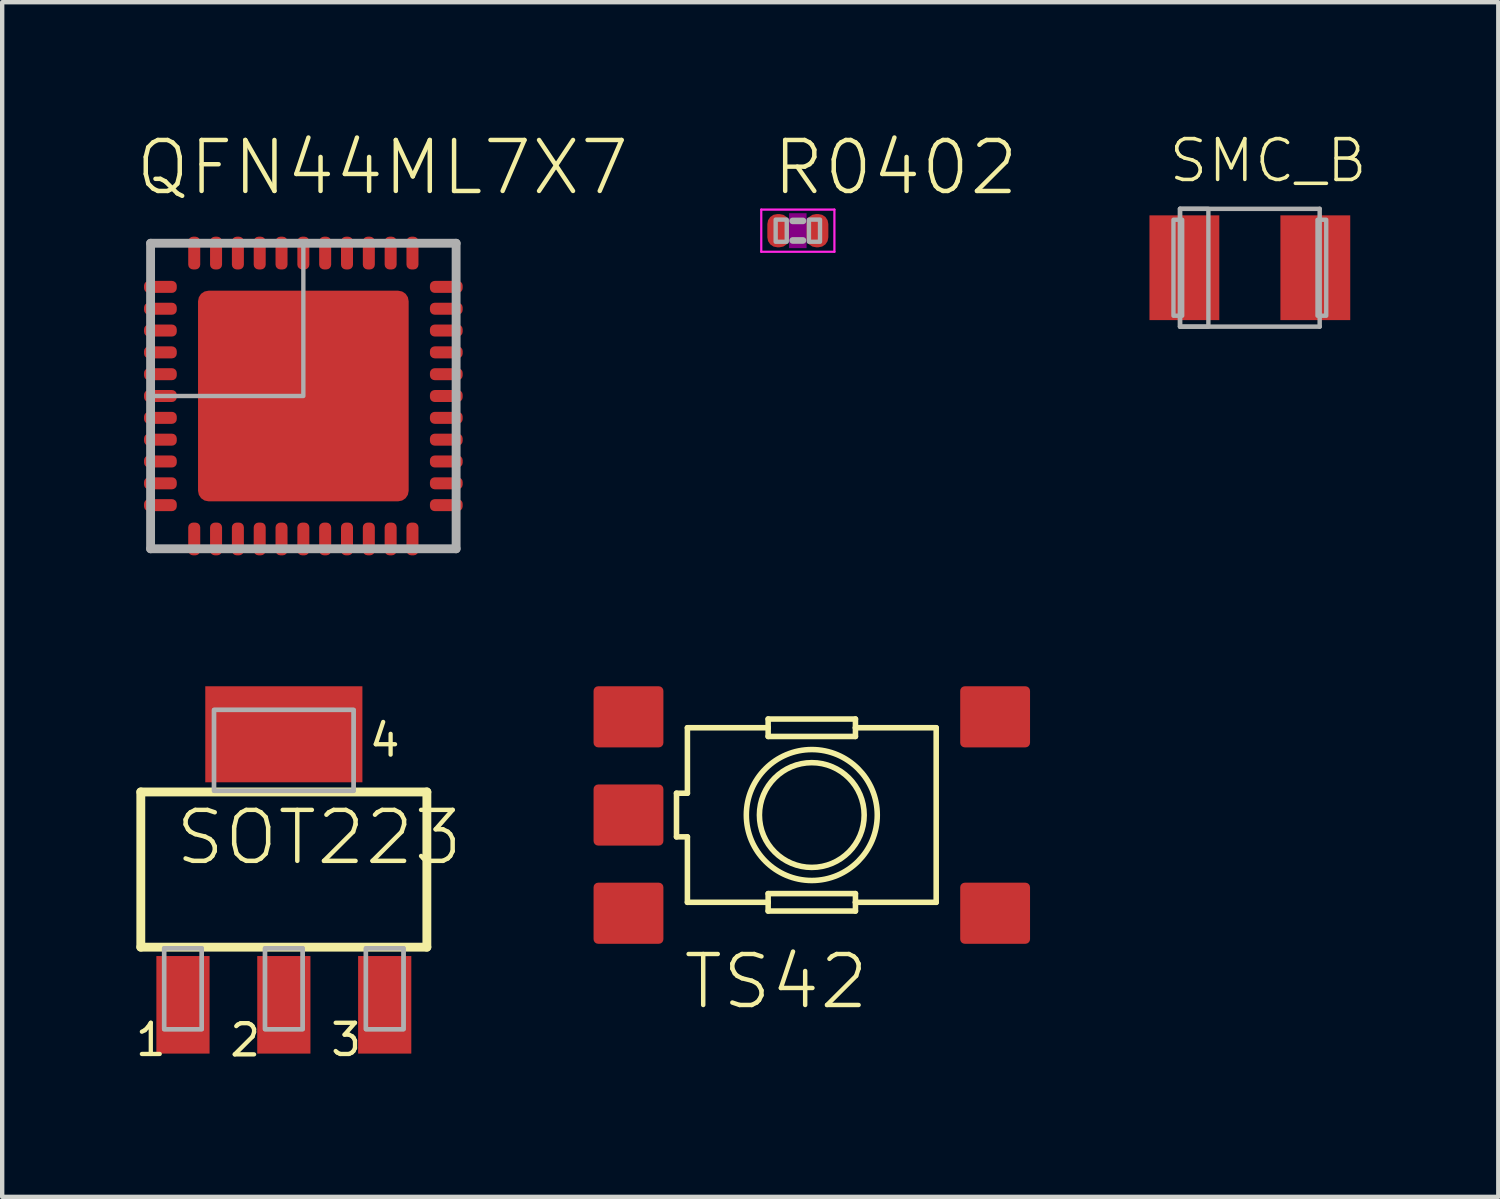
<source format=kicad_pcb>
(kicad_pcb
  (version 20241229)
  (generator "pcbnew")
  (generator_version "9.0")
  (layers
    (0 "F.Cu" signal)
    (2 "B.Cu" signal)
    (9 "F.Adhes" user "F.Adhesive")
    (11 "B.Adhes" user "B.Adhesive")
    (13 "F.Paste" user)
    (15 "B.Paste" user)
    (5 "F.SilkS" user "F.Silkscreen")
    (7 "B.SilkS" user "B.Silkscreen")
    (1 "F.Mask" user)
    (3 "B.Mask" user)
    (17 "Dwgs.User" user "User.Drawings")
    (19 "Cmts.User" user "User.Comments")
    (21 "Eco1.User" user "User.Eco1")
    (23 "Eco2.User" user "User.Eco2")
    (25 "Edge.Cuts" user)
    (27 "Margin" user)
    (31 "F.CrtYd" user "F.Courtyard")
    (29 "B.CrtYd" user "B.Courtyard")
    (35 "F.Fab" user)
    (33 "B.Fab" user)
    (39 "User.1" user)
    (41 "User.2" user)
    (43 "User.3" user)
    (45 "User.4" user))
  (footprint "TS42"
    (layer "F.Cu")
    (at 15.549 15.623)
    (property "Reference" "TS42" (at -3 4.5 0) (layer "F.SilkS") (effects (font (size 1.168 1.168) (thickness 0.102)) (justify left bottom)))
    (fp_line (start -3.1 -0.5) (end -3.1 0.5) (stroke (width 0.127) (type solid)) (layer "F.SilkS"))
    (fp_line (start -3.1 0.5) (end -2.85 0.5) (stroke (width 0.127) (type solid)) (layer "F.SilkS"))
    (fp_line (start -2.85 -2) (end -2.85 -0.5) (stroke (width 0.127) (type solid)) (layer "F.SilkS"))
    (fp_line (start -2.85 -2) (end -1 -2) (stroke (width 0.127) (type solid)) (layer "F.SilkS"))
    (fp_line (start -2.85 -0.5) (end -3.1 -0.5) (stroke (width 0.127) (type solid)) (layer "F.SilkS"))
    (fp_line (start -2.85 0.5) (end -2.85 2) (stroke (width 0.127) (type solid)) (layer "F.SilkS"))
    (fp_line (start -1 -2.2) (end -1 -2) (stroke (width 0.127) (type solid)) (layer "F.SilkS"))
    (fp_line (start -1 -2) (end -1 -1.8) (stroke (width 0.127) (type solid)) (layer "F.SilkS"))
    (fp_line (start -1 -1.8) (end 1 -1.8) (stroke (width 0.127) (type solid)) (layer "F.SilkS"))
    (fp_line (start -1 1.8) (end -1 2) (stroke (width 0.127) (type solid)) (layer "F.SilkS"))
    (fp_line (start -1 2) (end -2.85 2) (stroke (width 0.127) (type solid)) (layer "F.SilkS"))
    (fp_line (start -1 2) (end -1 2.2) (stroke (width 0.127) (type solid)) (layer "F.SilkS"))
    (fp_line (start -1 2.2) (end 1 2.2) (stroke (width 0.127) (type solid)) (layer "F.SilkS"))
    (fp_line (start 1 -2.2) (end -1 -2.2) (stroke (width 0.127) (type solid)) (layer "F.SilkS"))
    (fp_line (start 1 -2) (end 1 -2.2) (stroke (width 0.127) (type solid)) (layer "F.SilkS"))
    (fp_line (start 1 -2) (end 2.85 -2) (stroke (width 0.127) (type solid)) (layer "F.SilkS"))
    (fp_line (start 1 -1.8) (end 1 -2) (stroke (width 0.127) (type solid)) (layer "F.SilkS"))
    (fp_line (start 1 1.8) (end -1 1.8) (stroke (width 0.127) (type solid)) (layer "F.SilkS"))
    (fp_line (start 1 2) (end 1 1.8) (stroke (width 0.127) (type solid)) (layer "F.SilkS"))
    (fp_line (start 1 2) (end 2.85 2) (stroke (width 0.127) (type solid)) (layer "F.SilkS"))
    (fp_line (start 1 2.2) (end 1 2) (stroke (width 0.127) (type solid)) (layer "F.SilkS"))
    (fp_line (start 2.85 2) (end 2.85 -2) (stroke (width 0.127) (type solid)) (layer "F.SilkS"))
    (fp_circle (center 0 0) (end 1.2 0) (stroke (width 0.127) (type solid)) (fill no) (layer "F.SilkS"))
    (fp_circle (center 0 0) (end 1.5 0) (stroke (width 0.127) (type solid)) (fill no) (layer "F.SilkS"))
    (pad "1" smd roundrect (at -4.2 -2.25) (size 1.6 1.4) (layers "F.Cu" "F.Mask" "F.Paste") (roundrect_rratio 0.075))
    (pad "2" smd roundrect (at 4.2 -2.25) (size 1.6 1.4) (layers "F.Cu" "F.Mask" "F.Paste") (roundrect_rratio 0.075))
    (pad "3" smd roundrect (at -4.2 2.25) (size 1.6 1.4) (layers "F.Cu" "F.Mask" "F.Paste") (roundrect_rratio 0.075))
    (pad "4" smd roundrect (at 4.2 2.25) (size 1.6 1.4) (layers "F.Cu" "F.Mask" "F.Paste") (roundrect_rratio 0.075))
    (pad "5" smd roundrect (at -4.2 0) (size 1.6 1.4) (layers "F.Cu" "F.Mask" "F.Paste") (roundrect_rratio 0.075)))
  (footprint "SMC_B"
    (layer "F.Cu")
    (at 25.585 3.084)
    (property "Reference" "SMC_B" (at -1.905 -1.905 0) (layer "F.SilkS") (effects (font (size 0.935 0.935) (thickness 0.081)) (justify left bottom)))
    (fp_line (start -1.6 -1.35) (end 1.6 -1.35) (stroke (width 0.102) (type solid)) (layer "F.Fab"))
    (fp_line (start -1.6 1.35) (end -1.6 -1.35) (stroke (width 0.102) (type solid)) (layer "F.Fab"))
    (fp_line (start 1.6 -1.35) (end 1.6 1.35) (stroke (width 0.102) (type solid)) (layer "F.Fab"))
    (fp_line (start 1.6 1.35) (end -1.6 1.35) (stroke (width 0.102) (type solid)) (layer "F.Fab"))
    (fp_poly (pts (xy -1.75 1.1) (xy -1.55 1.1) (xy -1.55 -1.1) (xy -1.75 -1.1)) (stroke (width 0.1) (type default)) (fill no) (layer "F.Fab"))
    (fp_poly (pts (xy -1.6 1.35) (xy -0.95 1.35) (xy -0.95 -1.35) (xy -1.6 -1.35)) (stroke (width 0.1) (type default)) (fill no) (layer "F.Fab"))
    (fp_poly (pts (xy 1.75 -1.1) (xy 1.55 -1.1) (xy 1.55 1.1) (xy 1.75 1.1)) (stroke (width 0.1) (type default)) (fill no) (layer "F.Fab"))
    (pad "+" smd rect (at -1.5 0) (size 1.6 2.4) (layers "F.Cu" "F.Mask" "F.Paste"))
    (pad "-" smd rect (at 1.5 0 180) (size 1.6 2.4) (layers "F.Cu" "F.Mask" "F.Paste")))
  (footprint "SOT223"
    (layer "F.Cu")
    (at 3.453 16.872)
    (property "Reference" "SOT223" (at -2.54 -0.051 0) (layer "F.SilkS") (effects (font (size 1.168 1.168) (thickness 0.102)) (justify left bottom)))
    (fp_line (start -3.277 -1.778) (end 3.277 -1.778) (stroke (width 0.203) (type solid)) (layer "F.SilkS"))
    (fp_line (start -3.277 1.778) (end -3.277 -1.778) (stroke (width 0.203) (type solid)) (layer "F.SilkS"))
    (fp_line (start 3.277 -1.778) (end 3.277 1.778) (stroke (width 0.203) (type solid)) (layer "F.SilkS"))
    (fp_line (start 3.277 1.778) (end -3.277 1.778) (stroke (width 0.203) (type solid)) (layer "F.SilkS"))
    (fp_poly (pts (xy -2.743 3.658) (xy -1.88 3.658) (xy -1.88 1.803) (xy -2.743 1.803)) (stroke (width 0.1) (type default)) (fill no) (layer "F.Fab"))
    (fp_poly (pts (xy -2.743 3.658) (xy -1.88 3.658) (xy -1.88 1.803) (xy -2.743 1.803)) (stroke (width 0.1) (type default)) (fill no) (layer "F.Fab"))
    (fp_poly (pts (xy -1.6 -1.803) (xy 1.6 -1.803) (xy 1.6 -3.658) (xy -1.6 -3.658)) (stroke (width 0.1) (type default)) (fill no) (layer "F.Fab"))
    (fp_poly (pts (xy -1.6 -1.803) (xy 1.6 -1.803) (xy 1.6 -3.658) (xy -1.6 -3.658)) (stroke (width 0.1) (type default)) (fill no) (layer "F.Fab"))
    (fp_poly (pts (xy -0.432 3.658) (xy 0.432 3.658) (xy 0.432 1.803) (xy -0.432 1.803)) (stroke (width 0.1) (type default)) (fill no) (layer "F.Fab"))
    (fp_poly (pts (xy -0.432 3.658) (xy 0.432 3.658) (xy 0.432 1.803) (xy -0.432 1.803)) (stroke (width 0.1) (type default)) (fill no) (layer "F.Fab"))
    (fp_poly (pts (xy 1.88 3.658) (xy 2.743 3.658) (xy 2.743 1.803) (xy 1.88 1.803)) (stroke (width 0.1) (type default)) (fill no) (layer "F.Fab"))
    (fp_poly (pts (xy 1.88 3.658) (xy 2.743 3.658) (xy 2.743 1.803) (xy 1.88 1.803)) (stroke (width 0.1) (type default)) (fill no) (layer "F.Fab"))
    (fp_text user "3" (at 1.021 4.318 0) (layer "F.SilkS") (effects (font (size 0.715 0.715) (thickness 0.098)) (justify left bottom)))
    (fp_text user "4" (at 1.905 -2.54 0) (layer "F.SilkS") (effects (font (size 0.715 0.715) (thickness 0.098)) (justify left bottom)))
    (fp_text user "1" (at -3.453 4.318 0) (layer "F.SilkS") (effects (font (size 0.715 0.715) (thickness 0.098)) (justify left bottom)))
    (fp_text user "2" (at -1.291 4.327 0) (layer "F.SilkS") (effects (font (size 0.715 0.715) (thickness 0.098)) (justify left bottom)))
    (pad "1" smd rect (at -2.311 3.099) (size 1.219 2.235) (layers "F.Cu" "F.Mask" "F.Paste"))
    (pad "2" smd rect (at 0 3.099) (size 1.219 2.235) (layers "F.Cu" "F.Mask" "F.Paste"))
    (pad "3" smd rect (at 2.311 3.099) (size 1.219 2.235) (layers "F.Cu" "F.Mask" "F.Paste"))
    (pad "4" smd rect (at 0 -3.099) (size 3.6 2.2) (layers "F.Cu" "F.Mask" "F.Paste")))
  (footprint "R0402"
    (layer "F.Cu")
    (at 15.229 2.235)
    (property "Reference" "R0402" (at -0.635 -0.762 0) (layer "F.SilkS") (effects (font (size 1.168 1.168) (thickness 0.102)) (justify left bottom)))
    (fp_poly (pts (xy -0.2 0.4) (xy 0.2 0.4) (xy 0.2 -0.4) (xy -0.2 -0.4)) (stroke (width 0) (type default)) (fill yes) (layer "F.Adhes"))
    (fp_line (start -0.838 -0.483) (end 0.838 -0.483) (stroke (width 0.051) (type solid)) (layer "F.CrtYd"))
    (fp_line (start -0.838 0.483) (end -0.838 -0.483) (stroke (width 0.051) (type solid)) (layer "F.CrtYd"))
    (fp_line (start 0.838 -0.483) (end 0.838 0.483) (stroke (width 0.051) (type solid)) (layer "F.CrtYd"))
    (fp_line (start 0.838 0.483) (end -0.838 0.483) (stroke (width 0.051) (type solid)) (layer "F.CrtYd"))
    (fp_line (start -0.118 -0.224) (end 0.118 -0.224) (stroke (width 0.152) (type solid)) (layer "F.Fab"))
    (fp_line (start 0.118 0.224) (end -0.118 0.224) (stroke (width 0.152) (type solid)) (layer "F.Fab"))
    (fp_poly (pts (xy -0.508 0.254) (xy -0.254 0.254) (xy -0.254 -0.254) (xy -0.508 -0.254)) (stroke (width 0.1) (type default)) (fill no) (layer "F.Fab"))
    (fp_poly (pts (xy 0.254 0.254) (xy 0.508 0.254) (xy 0.508 -0.254) (xy 0.254 -0.254)) (stroke (width 0.1) (type default)) (fill no) (layer "F.Fab"))
    (pad "1" smd roundrect (at -0.445 0) (size 0.508 0.762) (layers "F.Cu" "F.Mask" "F.Paste") (roundrect_rratio 0.45))
    (pad "2" smd roundrect (at 0.445 0) (size 0.508 0.762) (layers "F.Cu" "F.Mask" "F.Paste") (roundrect_rratio 0.45)))
  (footprint "QFN44ML7X7"
    (layer "F.Cu")
    (at 3.9 6.023)
    (property "Reference" "QFN44ML7X7" (at -3.9 -4.55 0) (layer "F.SilkS") (effects (font (size 1.168 1.168) (thickness 0.102)) (justify left bottom)))
    (fp_circle (center 0 0) (end 0.635 0) (stroke (width 2.54) (type solid)) (fill no) (layer "F.Mask"))
    (fp_circle (center 0 0) (end 0.635 0) (stroke (width 1.27) (type solid)) (fill no) (layer "F.Paste"))
    (fp_line (start -3.5 -3.5) (end -3.5 3.5) (stroke (width 0.203) (type solid)) (layer "F.Fab"))
    (fp_line (start -3.5 3.5) (end 3.5 3.5) (stroke (width 0.203) (type solid)) (layer "F.Fab"))
    (fp_line (start 3.5 -3.5) (end -3.5 -3.5) (stroke (width 0.203) (type solid)) (layer "F.Fab"))
    (fp_line (start 3.5 3.5) (end 3.5 -3.5) (stroke (width 0.203) (type solid)) (layer "F.Fab"))
    (fp_poly (pts (xy -3.5 0) (xy 0 0) (xy 0 -3.5) (xy -3.5 -3.5)) (stroke (width 0.1) (type default)) (fill no) (layer "F.Fab"))
    (pad "1" smd roundrect (at -3.275 -2.5) (size 0.75 0.275) (layers "F.Cu" "F.Mask" "F.Paste") (roundrect_rratio 0.4))
    (pad "2" smd roundrect (at -3.275 -2) (size 0.75 0.275) (layers "F.Cu" "F.Mask" "F.Paste") (roundrect_rratio 0.4))
    (pad "3" smd roundrect (at -3.275 -1.5) (size 0.75 0.275) (layers "F.Cu" "F.Mask" "F.Paste") (roundrect_rratio 0.4))
    (pad "4" smd roundrect (at -3.275 -1) (size 0.75 0.275) (layers "F.Cu" "F.Mask" "F.Paste") (roundrect_rratio 0.4))
    (pad "5" smd roundrect (at -3.275 -0.5) (size 0.75 0.275) (layers "F.Cu" "F.Mask" "F.Paste") (roundrect_rratio 0.4))
    (pad "6" smd roundrect (at -3.275 0) (size 0.75 0.275) (layers "F.Cu" "F.Mask" "F.Paste") (roundrect_rratio 0.4))
    (pad "7" smd roundrect (at -3.275 0.5) (size 0.75 0.275) (layers "F.Cu" "F.Mask" "F.Paste") (roundrect_rratio 0.4))
    (pad "8" smd roundrect (at -3.275 1) (size 0.75 0.275) (layers "F.Cu" "F.Mask" "F.Paste") (roundrect_rratio 0.4))
    (pad "9" smd roundrect (at -3.275 1.5) (size 0.75 0.275) (layers "F.Cu" "F.Mask" "F.Paste") (roundrect_rratio 0.4))
    (pad "10" smd roundrect (at -3.275 2) (size 0.75 0.275) (layers "F.Cu" "F.Mask" "F.Paste") (roundrect_rratio 0.4))
    (pad "11" smd roundrect (at -3.275 2.5) (size 0.75 0.275) (layers "F.Cu" "F.Mask" "F.Paste") (roundrect_rratio 0.4))
    (pad "12" smd roundrect (at -2.5 3.275 90) (size 0.75 0.275) (layers "F.Cu" "F.Mask" "F.Paste") (roundrect_rratio 0.4))
    (pad "13" smd roundrect (at -2 3.275 90) (size 0.75 0.275) (layers "F.Cu" "F.Mask" "F.Paste") (roundrect_rratio 0.4))
    (pad "14" smd roundrect (at -1.5 3.275 90) (size 0.75 0.275) (layers "F.Cu" "F.Mask" "F.Paste") (roundrect_rratio 0.4))
    (pad "15" smd roundrect (at -1 3.275 90) (size 0.75 0.275) (layers "F.Cu" "F.Mask" "F.Paste") (roundrect_rratio 0.4))
    (pad "16" smd roundrect (at -0.5 3.275 90) (size 0.75 0.275) (layers "F.Cu" "F.Mask" "F.Paste") (roundrect_rratio 0.4))
    (pad "17" smd roundrect (at 0 3.275 90) (size 0.75 0.275) (layers "F.Cu" "F.Mask" "F.Paste") (roundrect_rratio 0.4))
    (pad "18" smd roundrect (at 0.5 3.275 90) (size 0.75 0.275) (layers "F.Cu" "F.Mask" "F.Paste") (roundrect_rratio 0.4))
    (pad "19" smd roundrect (at 1 3.275 90) (size 0.75 0.275) (layers "F.Cu" "F.Mask" "F.Paste") (roundrect_rratio 0.4))
    (pad "20" smd roundrect (at 1.5 3.275 90) (size 0.75 0.275) (layers "F.Cu" "F.Mask" "F.Paste") (roundrect_rratio 0.4))
    (pad "21" smd roundrect (at 2 3.275 90) (size 0.75 0.275) (layers "F.Cu" "F.Mask" "F.Paste") (roundrect_rratio 0.4))
    (pad "22" smd roundrect (at 2.5 3.275 90) (size 0.75 0.275) (layers "F.Cu" "F.Mask" "F.Paste") (roundrect_rratio 0.4))
    (pad "23" smd roundrect (at 3.275 2.5 180) (size 0.75 0.275) (layers "F.Cu" "F.Mask" "F.Paste") (roundrect_rratio 0.4))
    (pad "24" smd roundrect (at 3.275 2 180) (size 0.75 0.275) (layers "F.Cu" "F.Mask" "F.Paste") (roundrect_rratio 0.4))
    (pad "25" smd roundrect (at 3.275 1.5 180) (size 0.75 0.275) (layers "F.Cu" "F.Mask" "F.Paste") (roundrect_rratio 0.4))
    (pad "26" smd roundrect (at 3.275 1 180) (size 0.75 0.275) (layers "F.Cu" "F.Mask" "F.Paste") (roundrect_rratio 0.4))
    (pad "27" smd roundrect (at 3.275 0.5 180) (size 0.75 0.275) (layers "F.Cu" "F.Mask" "F.Paste") (roundrect_rratio 0.4))
    (pad "28" smd roundrect (at 3.275 0 180) (size 0.75 0.275) (layers "F.Cu" "F.Mask" "F.Paste") (roundrect_rratio 0.4))
    (pad "29" smd roundrect (at 3.275 -0.5 180) (size 0.75 0.275) (layers "F.Cu" "F.Mask" "F.Paste") (roundrect_rratio 0.4))
    (pad "30" smd roundrect (at 3.275 -1 180) (size 0.75 0.275) (layers "F.Cu" "F.Mask" "F.Paste") (roundrect_rratio 0.4))
    (pad "31" smd roundrect (at 3.275 -1.5 180) (size 0.75 0.275) (layers "F.Cu" "F.Mask" "F.Paste") (roundrect_rratio 0.4))
    (pad "32" smd roundrect (at 3.275 -2 180) (size 0.75 0.275) (layers "F.Cu" "F.Mask" "F.Paste") (roundrect_rratio 0.4))
    (pad "33" smd roundrect (at 3.275 -2.5 180) (size 0.75 0.275) (layers "F.Cu" "F.Mask" "F.Paste") (roundrect_rratio 0.4))
    (pad "34" smd roundrect (at 2.5 -3.275 270) (size 0.75 0.275) (layers "F.Cu" "F.Mask" "F.Paste") (roundrect_rratio 0.4))
    (pad "35" smd roundrect (at 2 -3.275 270) (size 0.75 0.275) (layers "F.Cu" "F.Mask" "F.Paste") (roundrect_rratio 0.4))
    (pad "36" smd roundrect (at 1.5 -3.275 270) (size 0.75 0.275) (layers "F.Cu" "F.Mask" "F.Paste") (roundrect_rratio 0.4))
    (pad "37" smd roundrect (at 1 -3.275 270) (size 0.75 0.275) (layers "F.Cu" "F.Mask" "F.Paste") (roundrect_rratio 0.4))
    (pad "38" smd roundrect (at 0.5 -3.275 270) (size 0.75 0.275) (layers "F.Cu" "F.Mask" "F.Paste") (roundrect_rratio 0.4))
    (pad "39" smd roundrect (at 0 -3.275 270) (size 0.75 0.275) (layers "F.Cu" "F.Mask" "F.Paste") (roundrect_rratio 0.4))
    (pad "40" smd roundrect (at -0.5 -3.275 270) (size 0.75 0.275) (layers "F.Cu" "F.Mask" "F.Paste") (roundrect_rratio 0.4))
    (pad "41" smd roundrect (at -1 -3.275 270) (size 0.75 0.275) (layers "F.Cu" "F.Mask" "F.Paste") (roundrect_rratio 0.4))
    (pad "42" smd roundrect (at -1.5 -3.275 270) (size 0.75 0.275) (layers "F.Cu" "F.Mask" "F.Paste") (roundrect_rratio 0.4))
    (pad "43" smd roundrect (at -2 -3.275 270) (size 0.75 0.275) (layers "F.Cu" "F.Mask" "F.Paste") (roundrect_rratio 0.4))
    (pad "44" smd roundrect (at -2.5 -3.275 270) (size 0.75 0.275) (layers "F.Cu" "F.Mask" "F.Paste") (roundrect_rratio 0.4))
    (pad "EXP" smd roundrect (at 0 0) (size 4.826 4.826) (layers "F.Cu") (roundrect_rratio 0.05)))
  (gr_rect
    (start -3 -3)
    (end 31.277 24.371)
    (stroke (width 0.1) (type default))
    (fill no)
    (layer "Edge.Cuts")))
</source>
